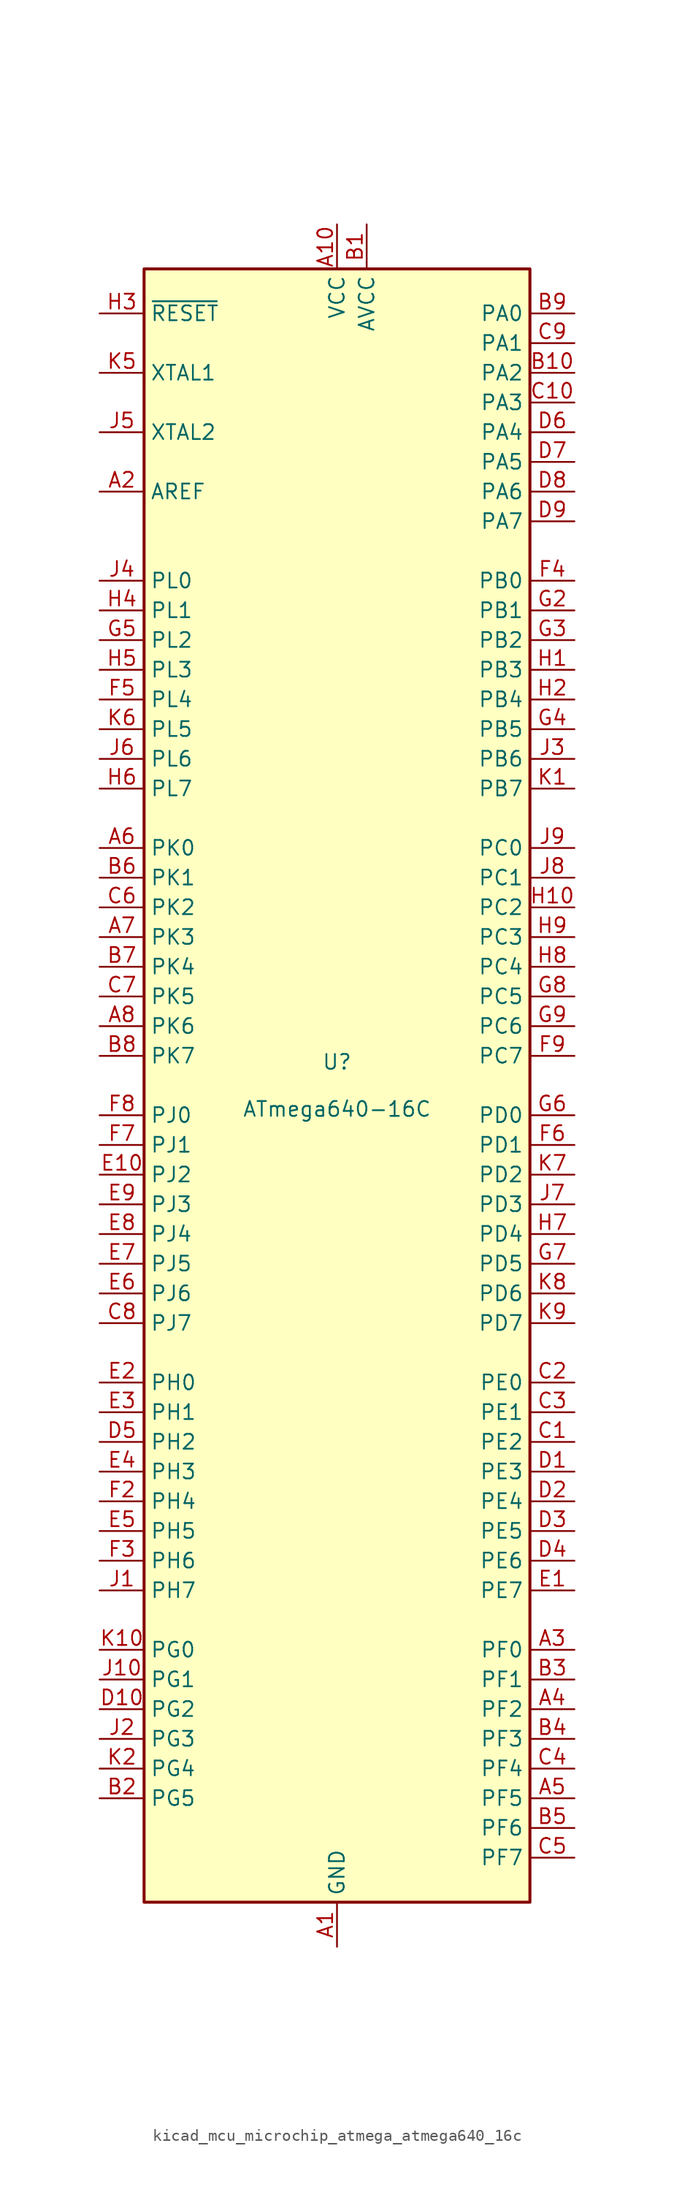
<source format=kicad_sym>
(kicad_symbol_lib
  (version 20220914)
  (generator kicad_symbol_editor)
  (symbol "kicad_mcu_microchip_atmega_atmega640_16c"
    (property "Reference" "U"
      (at 0 1.27 0)
      (effects (font (size 1.27 1.27)) (justify bottom)))
    (property "Value" "ATmega640-16C"
      (at 0 -1.27 0)
      (effects (font (size 1.27 1.27)) (justify top)))
    (symbol "kicad_mcu_microchip_atmega_atmega640_16c_0_1"
      (rectangle (start -16.51 -69.85) (end 16.51 69.85) (stroke (width 0.254) (type default)) (fill (type background))))
    (symbol "kicad_mcu_microchip_atmega_atmega640_16c_1_1"
      (pin power_in line (at 0 -73.66 90) (length 3.81) (name "GND" (effects (font (size 1.27 1.27)))) (number "A1" (effects (font (size 1.27 1.27)))))
      (pin power_in line (at 0 73.66 270) (length 3.81) (name "VCC" (effects (font (size 1.27 1.27)))) (number "A10" (effects (font (size 1.27 1.27)))))
      (pin passive line (at -20.32 50.8 0) (length 3.81) (name "AREF" (effects (font (size 1.27 1.27)))) (number "A2" (effects (font (size 1.27 1.27)))))
      (pin bidirectional line (at 20.32 -48.26 180) (length 3.81) (name "PF0" (effects (font (size 1.27 1.27)))) (number "A3" (effects (font (size 1.27 1.27)))))
      (pin bidirectional line (at 20.32 -53.34 180) (length 3.81) (name "PF2" (effects (font (size 1.27 1.27)))) (number "A4" (effects (font (size 1.27 1.27)))))
      (pin bidirectional line (at 20.32 -60.96 180) (length 3.81) (name "PF5" (effects (font (size 1.27 1.27)))) (number "A5" (effects (font (size 1.27 1.27)))))
      (pin bidirectional line (at -20.32 20.32 0) (length 3.81) (name "PK0" (effects (font (size 1.27 1.27)))) (number "A6" (effects (font (size 1.27 1.27)))))
      (pin bidirectional line (at -20.32 12.7 0) (length 3.81) (name "PK3" (effects (font (size 1.27 1.27)))) (number "A7" (effects (font (size 1.27 1.27)))))
      (pin bidirectional line (at -20.32 5.08 0) (length 3.81) (name "PK6" (effects (font (size 1.27 1.27)))) (number "A8" (effects (font (size 1.27 1.27)))))
      (pin passive line (at 0 -73.66 90) (length 3.81) hide (name "GND" (effects (font (size 1.27 1.27)))) (number "A9" (effects (font (size 1.27 1.27)))))
      (pin power_in line (at 2.54 73.66 270) (length 3.81) (name "AVCC" (effects (font (size 1.27 1.27)))) (number "B1" (effects (font (size 1.27 1.27)))))
      (pin bidirectional line (at 20.32 60.96 180) (length 3.81) (name "PA2" (effects (font (size 1.27 1.27)))) (number "B10" (effects (font (size 1.27 1.27)))))
      (pin bidirectional line (at -20.32 -60.96 0) (length 3.81) (name "PG5" (effects (font (size 1.27 1.27)))) (number "B2" (effects (font (size 1.27 1.27)))))
      (pin bidirectional line (at 20.32 -50.8 180) (length 3.81) (name "PF1" (effects (font (size 1.27 1.27)))) (number "B3" (effects (font (size 1.27 1.27)))))
      (pin bidirectional line (at 20.32 -55.88 180) (length 3.81) (name "PF3" (effects (font (size 1.27 1.27)))) (number "B4" (effects (font (size 1.27 1.27)))))
      (pin bidirectional line (at 20.32 -63.5 180) (length 3.81) (name "PF6" (effects (font (size 1.27 1.27)))) (number "B5" (effects (font (size 1.27 1.27)))))
      (pin bidirectional line (at -20.32 17.78 0) (length 3.81) (name "PK1" (effects (font (size 1.27 1.27)))) (number "B6" (effects (font (size 1.27 1.27)))))
      (pin bidirectional line (at -20.32 10.16 0) (length 3.81) (name "PK4" (effects (font (size 1.27 1.27)))) (number "B7" (effects (font (size 1.27 1.27)))))
      (pin bidirectional line (at -20.32 2.54 0) (length 3.81) (name "PK7" (effects (font (size 1.27 1.27)))) (number "B8" (effects (font (size 1.27 1.27)))))
      (pin bidirectional line (at 20.32 66.04 180) (length 3.81) (name "PA0" (effects (font (size 1.27 1.27)))) (number "B9" (effects (font (size 1.27 1.27)))))
      (pin bidirectional line (at 20.32 -30.48 180) (length 3.81) (name "PE2" (effects (font (size 1.27 1.27)))) (number "C1" (effects (font (size 1.27 1.27)))))
      (pin bidirectional line (at 20.32 58.42 180) (length 3.81) (name "PA3" (effects (font (size 1.27 1.27)))) (number "C10" (effects (font (size 1.27 1.27)))))
      (pin bidirectional line (at 20.32 -25.4 180) (length 3.81) (name "PE0" (effects (font (size 1.27 1.27)))) (number "C2" (effects (font (size 1.27 1.27)))))
      (pin bidirectional line (at 20.32 -27.94 180) (length 3.81) (name "PE1" (effects (font (size 1.27 1.27)))) (number "C3" (effects (font (size 1.27 1.27)))))
      (pin bidirectional line (at 20.32 -58.42 180) (length 3.81) (name "PF4" (effects (font (size 1.27 1.27)))) (number "C4" (effects (font (size 1.27 1.27)))))
      (pin bidirectional line (at 20.32 -66.04 180) (length 3.81) (name "PF7" (effects (font (size 1.27 1.27)))) (number "C5" (effects (font (size 1.27 1.27)))))
      (pin bidirectional line (at -20.32 15.24 0) (length 3.81) (name "PK2" (effects (font (size 1.27 1.27)))) (number "C6" (effects (font (size 1.27 1.27)))))
      (pin bidirectional line (at -20.32 7.62 0) (length 3.81) (name "PK5" (effects (font (size 1.27 1.27)))) (number "C7" (effects (font (size 1.27 1.27)))))
      (pin bidirectional line (at -20.32 -20.32 0) (length 3.81) (name "PJ7" (effects (font (size 1.27 1.27)))) (number "C8" (effects (font (size 1.27 1.27)))))
      (pin bidirectional line (at 20.32 63.5 180) (length 3.81) (name "PA1" (effects (font (size 1.27 1.27)))) (number "C9" (effects (font (size 1.27 1.27)))))
      (pin bidirectional line (at 20.32 -33.02 180) (length 3.81) (name "PE3" (effects (font (size 1.27 1.27)))) (number "D1" (effects (font (size 1.27 1.27)))))
      (pin bidirectional line (at -20.32 -53.34 0) (length 3.81) (name "PG2" (effects (font (size 1.27 1.27)))) (number "D10" (effects (font (size 1.27 1.27)))))
      (pin bidirectional line (at 20.32 -35.56 180) (length 3.81) (name "PE4" (effects (font (size 1.27 1.27)))) (number "D2" (effects (font (size 1.27 1.27)))))
      (pin bidirectional line (at 20.32 -38.1 180) (length 3.81) (name "PE5" (effects (font (size 1.27 1.27)))) (number "D3" (effects (font (size 1.27 1.27)))))
      (pin bidirectional line (at 20.32 -40.64 180) (length 3.81) (name "PE6" (effects (font (size 1.27 1.27)))) (number "D4" (effects (font (size 1.27 1.27)))))
      (pin bidirectional line (at -20.32 -30.48 0) (length 3.81) (name "PH2" (effects (font (size 1.27 1.27)))) (number "D5" (effects (font (size 1.27 1.27)))))
      (pin bidirectional line (at 20.32 55.88 180) (length 3.81) (name "PA4" (effects (font (size 1.27 1.27)))) (number "D6" (effects (font (size 1.27 1.27)))))
      (pin bidirectional line (at 20.32 53.34 180) (length 3.81) (name "PA5" (effects (font (size 1.27 1.27)))) (number "D7" (effects (font (size 1.27 1.27)))))
      (pin bidirectional line (at 20.32 50.8 180) (length 3.81) (name "PA6" (effects (font (size 1.27 1.27)))) (number "D8" (effects (font (size 1.27 1.27)))))
      (pin bidirectional line (at 20.32 48.26 180) (length 3.81) (name "PA7" (effects (font (size 1.27 1.27)))) (number "D9" (effects (font (size 1.27 1.27)))))
      (pin bidirectional line (at 20.32 -43.18 180) (length 3.81) (name "PE7" (effects (font (size 1.27 1.27)))) (number "E1" (effects (font (size 1.27 1.27)))))
      (pin bidirectional line (at -20.32 -7.62 0) (length 3.81) (name "PJ2" (effects (font (size 1.27 1.27)))) (number "E10" (effects (font (size 1.27 1.27)))))
      (pin bidirectional line (at -20.32 -25.4 0) (length 3.81) (name "PH0" (effects (font (size 1.27 1.27)))) (number "E2" (effects (font (size 1.27 1.27)))))
      (pin bidirectional line (at -20.32 -27.94 0) (length 3.81) (name "PH1" (effects (font (size 1.27 1.27)))) (number "E3" (effects (font (size 1.27 1.27)))))
      (pin bidirectional line (at -20.32 -33.02 0) (length 3.81) (name "PH3" (effects (font (size 1.27 1.27)))) (number "E4" (effects (font (size 1.27 1.27)))))
      (pin bidirectional line (at -20.32 -38.1 0) (length 3.81) (name "PH5" (effects (font (size 1.27 1.27)))) (number "E5" (effects (font (size 1.27 1.27)))))
      (pin bidirectional line (at -20.32 -17.78 0) (length 3.81) (name "PJ6" (effects (font (size 1.27 1.27)))) (number "E6" (effects (font (size 1.27 1.27)))))
      (pin bidirectional line (at -20.32 -15.24 0) (length 3.81) (name "PJ5" (effects (font (size 1.27 1.27)))) (number "E7" (effects (font (size 1.27 1.27)))))
      (pin bidirectional line (at -20.32 -12.7 0) (length 3.81) (name "PJ4" (effects (font (size 1.27 1.27)))) (number "E8" (effects (font (size 1.27 1.27)))))
      (pin bidirectional line (at -20.32 -10.16 0) (length 3.81) (name "PJ3" (effects (font (size 1.27 1.27)))) (number "E9" (effects (font (size 1.27 1.27)))))
      (pin passive line (at 0 73.66 270) (length 3.81) hide (name "VCC" (effects (font (size 1.27 1.27)))) (number "F1" (effects (font (size 1.27 1.27)))))
      (pin passive line (at 0 -73.66 90) (length 3.81) hide (name "GND" (effects (font (size 1.27 1.27)))) (number "F10" (effects (font (size 1.27 1.27)))))
      (pin bidirectional line (at -20.32 -35.56 0) (length 3.81) (name "PH4" (effects (font (size 1.27 1.27)))) (number "F2" (effects (font (size 1.27 1.27)))))
      (pin bidirectional line (at -20.32 -40.64 0) (length 3.81) (name "PH6" (effects (font (size 1.27 1.27)))) (number "F3" (effects (font (size 1.27 1.27)))))
      (pin bidirectional line (at 20.32 43.18 180) (length 3.81) (name "PB0" (effects (font (size 1.27 1.27)))) (number "F4" (effects (font (size 1.27 1.27)))))
      (pin bidirectional line (at -20.32 33.02 0) (length 3.81) (name "PL4" (effects (font (size 1.27 1.27)))) (number "F5" (effects (font (size 1.27 1.27)))))
      (pin bidirectional line (at 20.32 -5.08 180) (length 3.81) (name "PD1" (effects (font (size 1.27 1.27)))) (number "F6" (effects (font (size 1.27 1.27)))))
      (pin bidirectional line (at -20.32 -5.08 0) (length 3.81) (name "PJ1" (effects (font (size 1.27 1.27)))) (number "F7" (effects (font (size 1.27 1.27)))))
      (pin bidirectional line (at -20.32 -2.54 0) (length 3.81) (name "PJ0" (effects (font (size 1.27 1.27)))) (number "F8" (effects (font (size 1.27 1.27)))))
      (pin bidirectional line (at 20.32 2.54 180) (length 3.81) (name "PC7" (effects (font (size 1.27 1.27)))) (number "F9" (effects (font (size 1.27 1.27)))))
      (pin passive line (at 0 -73.66 90) (length 3.81) hide (name "GND" (effects (font (size 1.27 1.27)))) (number "G1" (effects (font (size 1.27 1.27)))))
      (pin passive line (at 0 73.66 270) (length 3.81) hide (name "VCC" (effects (font (size 1.27 1.27)))) (number "G10" (effects (font (size 1.27 1.27)))))
      (pin bidirectional line (at 20.32 40.64 180) (length 3.81) (name "PB1" (effects (font (size 1.27 1.27)))) (number "G2" (effects (font (size 1.27 1.27)))))
      (pin bidirectional line (at 20.32 38.1 180) (length 3.81) (name "PB2" (effects (font (size 1.27 1.27)))) (number "G3" (effects (font (size 1.27 1.27)))))
      (pin bidirectional line (at 20.32 30.48 180) (length 3.81) (name "PB5" (effects (font (size 1.27 1.27)))) (number "G4" (effects (font (size 1.27 1.27)))))
      (pin bidirectional line (at -20.32 38.1 0) (length 3.81) (name "PL2" (effects (font (size 1.27 1.27)))) (number "G5" (effects (font (size 1.27 1.27)))))
      (pin bidirectional line (at 20.32 -2.54 180) (length 3.81) (name "PD0" (effects (font (size 1.27 1.27)))) (number "G6" (effects (font (size 1.27 1.27)))))
      (pin bidirectional line (at 20.32 -15.24 180) (length 3.81) (name "PD5" (effects (font (size 1.27 1.27)))) (number "G7" (effects (font (size 1.27 1.27)))))
      (pin bidirectional line (at 20.32 7.62 180) (length 3.81) (name "PC5" (effects (font (size 1.27 1.27)))) (number "G8" (effects (font (size 1.27 1.27)))))
      (pin bidirectional line (at 20.32 5.08 180) (length 3.81) (name "PC6" (effects (font (size 1.27 1.27)))) (number "G9" (effects (font (size 1.27 1.27)))))
      (pin bidirectional line (at 20.32 35.56 180) (length 3.81) (name "PB3" (effects (font (size 1.27 1.27)))) (number "H1" (effects (font (size 1.27 1.27)))))
      (pin bidirectional line (at 20.32 15.24 180) (length 3.81) (name "PC2" (effects (font (size 1.27 1.27)))) (number "H10" (effects (font (size 1.27 1.27)))))
      (pin bidirectional line (at 20.32 33.02 180) (length 3.81) (name "PB4" (effects (font (size 1.27 1.27)))) (number "H2" (effects (font (size 1.27 1.27)))))
      (pin input line (at -20.32 66.04 0) (length 3.81) (name "~{RESET}" (effects (font (size 1.27 1.27)))) (number "H3" (effects (font (size 1.27 1.27)))))
      (pin bidirectional line (at -20.32 40.64 0) (length 3.81) (name "PL1" (effects (font (size 1.27 1.27)))) (number "H4" (effects (font (size 1.27 1.27)))))
      (pin bidirectional line (at -20.32 35.56 0) (length 3.81) (name "PL3" (effects (font (size 1.27 1.27)))) (number "H5" (effects (font (size 1.27 1.27)))))
      (pin bidirectional line (at -20.32 25.4 0) (length 3.81) (name "PL7" (effects (font (size 1.27 1.27)))) (number "H6" (effects (font (size 1.27 1.27)))))
      (pin bidirectional line (at 20.32 -12.7 180) (length 3.81) (name "PD4" (effects (font (size 1.27 1.27)))) (number "H7" (effects (font (size 1.27 1.27)))))
      (pin bidirectional line (at 20.32 10.16 180) (length 3.81) (name "PC4" (effects (font (size 1.27 1.27)))) (number "H8" (effects (font (size 1.27 1.27)))))
      (pin bidirectional line (at 20.32 12.7 180) (length 3.81) (name "PC3" (effects (font (size 1.27 1.27)))) (number "H9" (effects (font (size 1.27 1.27)))))
      (pin bidirectional line (at -20.32 -43.18 0) (length 3.81) (name "PH7" (effects (font (size 1.27 1.27)))) (number "J1" (effects (font (size 1.27 1.27)))))
      (pin bidirectional line (at -20.32 -50.8 0) (length 3.81) (name "PG1" (effects (font (size 1.27 1.27)))) (number "J10" (effects (font (size 1.27 1.27)))))
      (pin bidirectional line (at -20.32 -55.88 0) (length 3.81) (name "PG3" (effects (font (size 1.27 1.27)))) (number "J2" (effects (font (size 1.27 1.27)))))
      (pin bidirectional line (at 20.32 27.94 180) (length 3.81) (name "PB6" (effects (font (size 1.27 1.27)))) (number "J3" (effects (font (size 1.27 1.27)))))
      (pin bidirectional line (at -20.32 43.18 0) (length 3.81) (name "PL0" (effects (font (size 1.27 1.27)))) (number "J4" (effects (font (size 1.27 1.27)))))
      (pin output line (at -20.32 55.88 0) (length 3.81) (name "XTAL2" (effects (font (size 1.27 1.27)))) (number "J5" (effects (font (size 1.27 1.27)))))
      (pin bidirectional line (at -20.32 27.94 0) (length 3.81) (name "PL6" (effects (font (size 1.27 1.27)))) (number "J6" (effects (font (size 1.27 1.27)))))
      (pin bidirectional line (at 20.32 -10.16 180) (length 3.81) (name "PD3" (effects (font (size 1.27 1.27)))) (number "J7" (effects (font (size 1.27 1.27)))))
      (pin bidirectional line (at 20.32 17.78 180) (length 3.81) (name "PC1" (effects (font (size 1.27 1.27)))) (number "J8" (effects (font (size 1.27 1.27)))))
      (pin bidirectional line (at 20.32 20.32 180) (length 3.81) (name "PC0" (effects (font (size 1.27 1.27)))) (number "J9" (effects (font (size 1.27 1.27)))))
      (pin bidirectional line (at 20.32 25.4 180) (length 3.81) (name "PB7" (effects (font (size 1.27 1.27)))) (number "K1" (effects (font (size 1.27 1.27)))))
      (pin bidirectional line (at -20.32 -48.26 0) (length 3.81) (name "PG0" (effects (font (size 1.27 1.27)))) (number "K10" (effects (font (size 1.27 1.27)))))
      (pin bidirectional line (at -20.32 -58.42 0) (length 3.81) (name "PG4" (effects (font (size 1.27 1.27)))) (number "K2" (effects (font (size 1.27 1.27)))))
      (pin passive line (at 0 73.66 270) (length 3.81) hide (name "VCC" (effects (font (size 1.27 1.27)))) (number "K3" (effects (font (size 1.27 1.27)))))
      (pin passive line (at 0 -73.66 90) (length 3.81) hide (name "GND" (effects (font (size 1.27 1.27)))) (number "K4" (effects (font (size 1.27 1.27)))))
      (pin input line (at -20.32 60.96 0) (length 3.81) (name "XTAL1" (effects (font (size 1.27 1.27)))) (number "K5" (effects (font (size 1.27 1.27)))))
      (pin bidirectional line (at -20.32 30.48 0) (length 3.81) (name "PL5" (effects (font (size 1.27 1.27)))) (number "K6" (effects (font (size 1.27 1.27)))))
      (pin bidirectional line (at 20.32 -7.62 180) (length 3.81) (name "PD2" (effects (font (size 1.27 1.27)))) (number "K7" (effects (font (size 1.27 1.27)))))
      (pin bidirectional line (at 20.32 -17.78 180) (length 3.81) (name "PD6" (effects (font (size 1.27 1.27)))) (number "K8" (effects (font (size 1.27 1.27)))))
      (pin bidirectional line (at 20.32 -20.32 180) (length 3.81) (name "PD7" (effects (font (size 1.27 1.27)))) (number "K9" (effects (font (size 1.27 1.27))))))))
</source>
